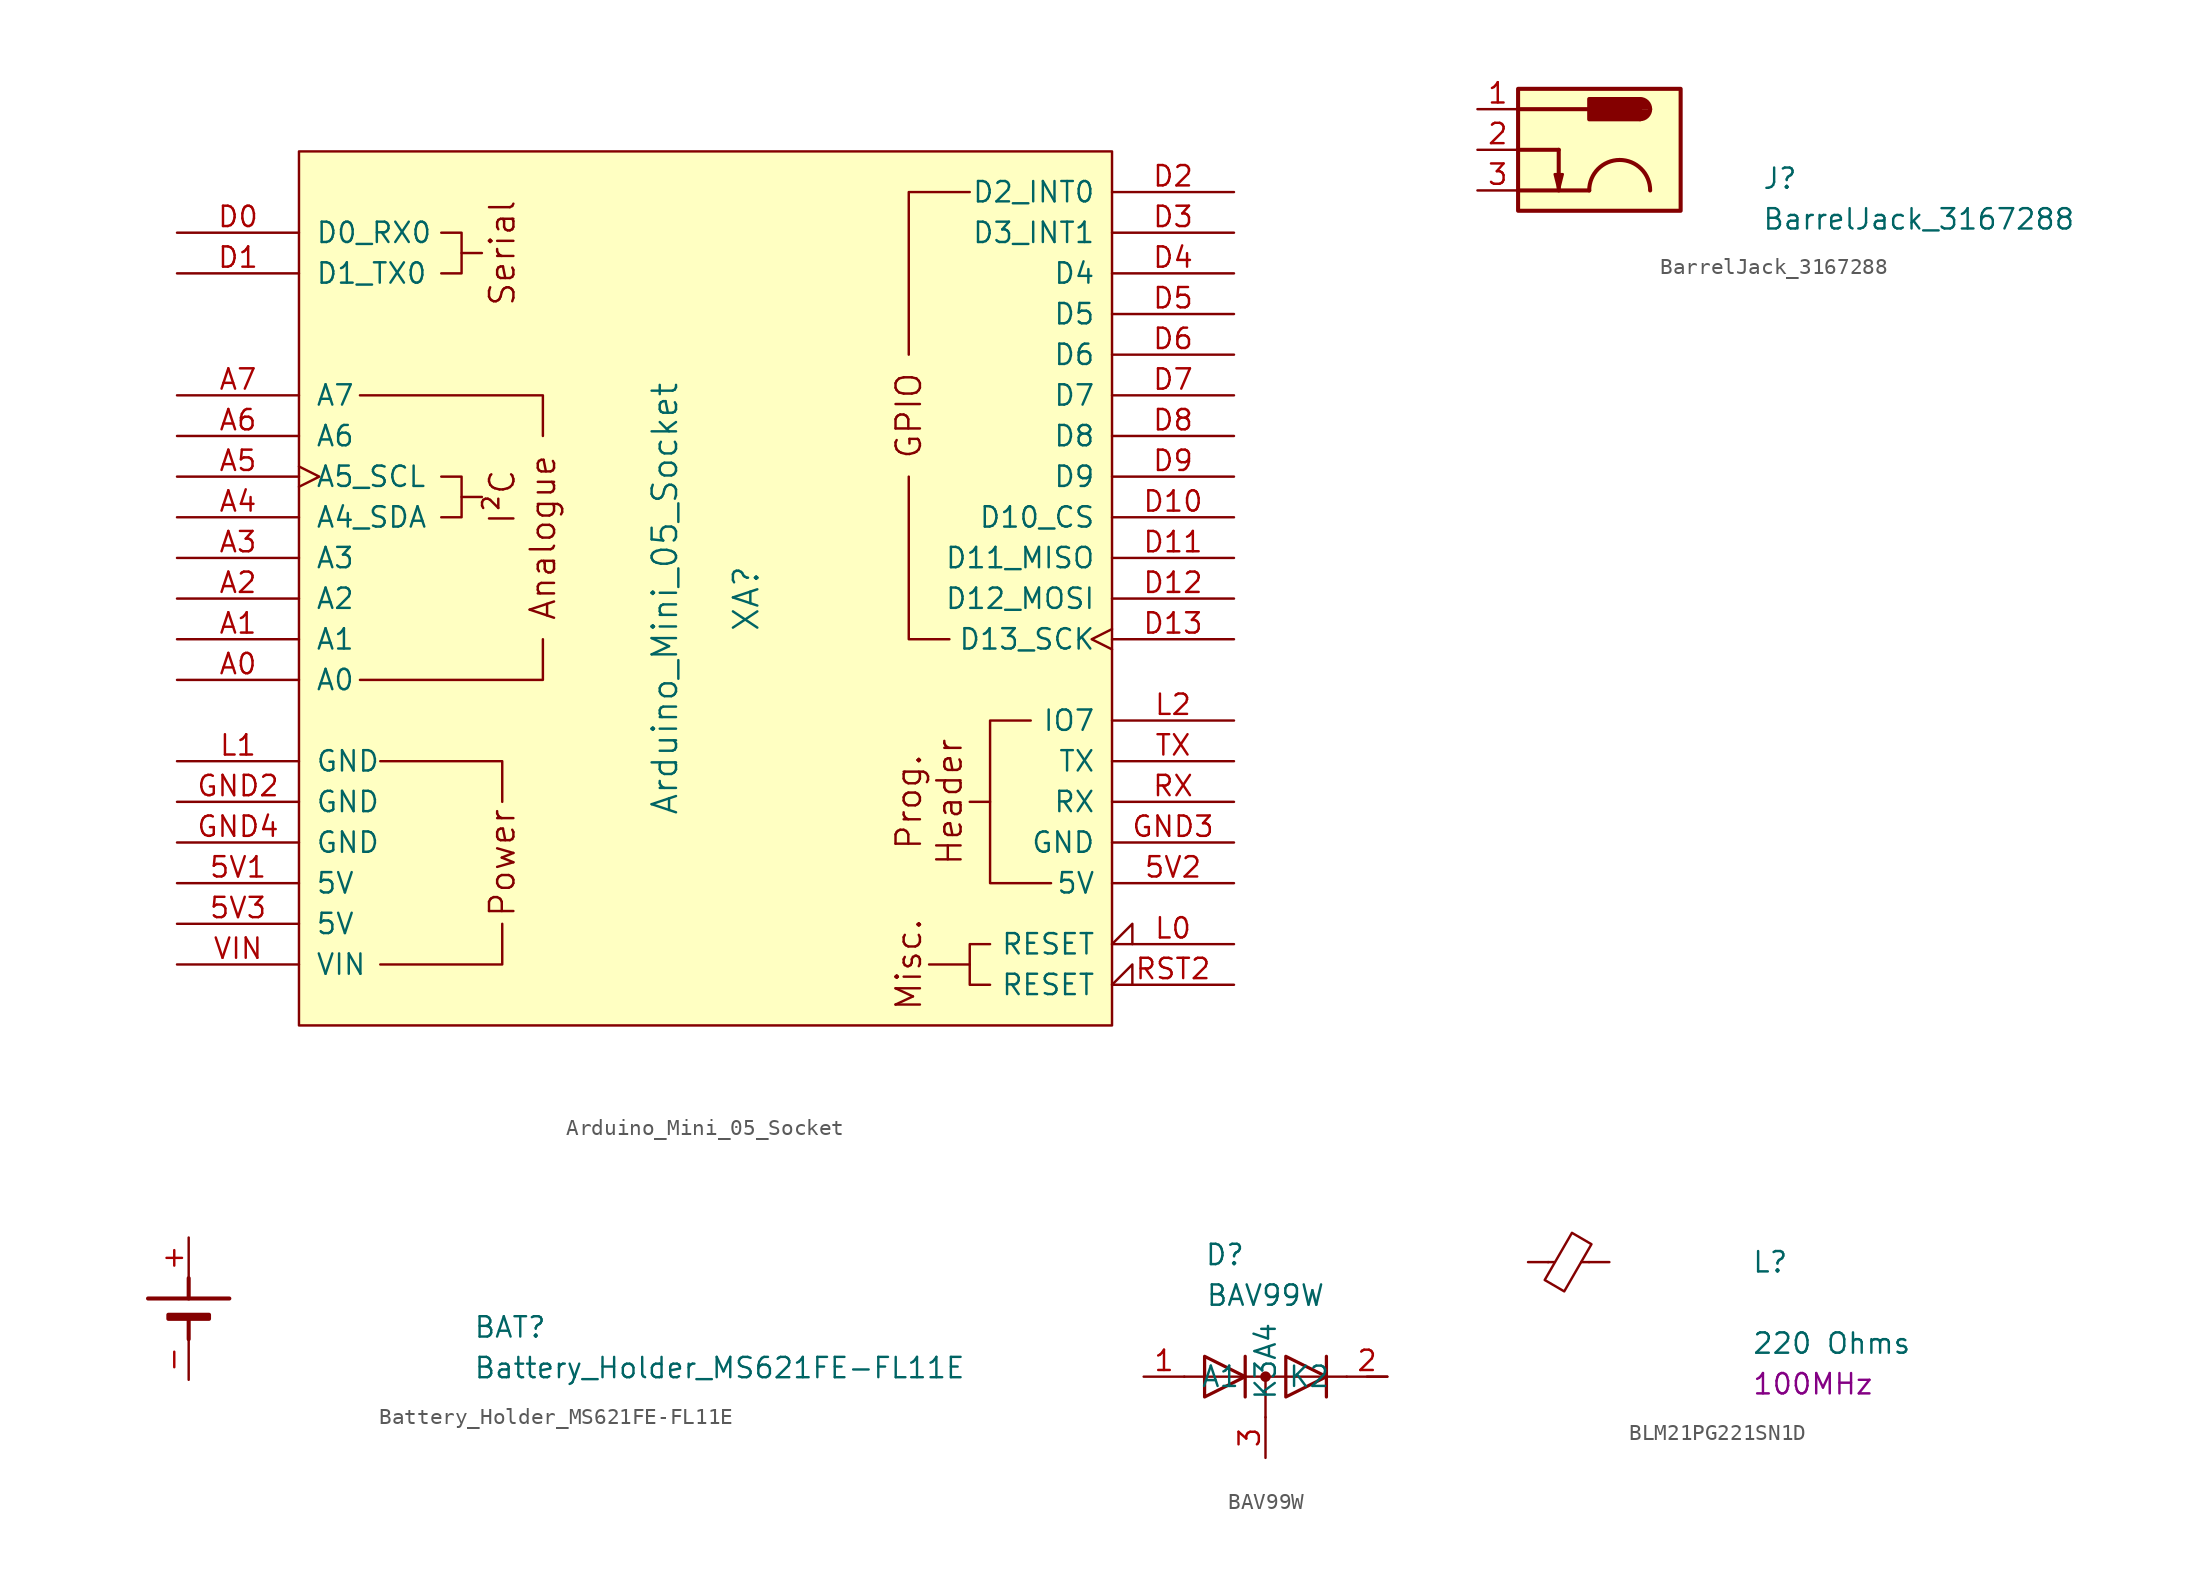
<source format=kicad_sym>
(kicad_symbol_lib
  (version 20231120)
  (generator "kicad_symbol_editor")
  (generator_version "8.0")
  (symbol "Arduino_Mini_05_Socket"
    (pin_names
      (offset 1.016))
    (property "Reference" "XA"
      (at 2.54 0 90)
      (effects (font (size 1.524 1.524))))
    (property "Value" "Arduino_Mini_05_Socket"
      (at -2.54 0 90)
      (effects (font (size 1.524 1.524))))
    (symbol "Arduino_Mini_05_Socket_0_0"
      (rectangle (start -25.4 27.94) (end 25.4 -26.67) (stroke (width 0) (type solid)) (fill (type background)))
      (polyline (pts (xy -15.24 6.35) (xy -13.97 6.35)) (stroke (width 0) (type solid)) (fill (type none)))
      (polyline (pts (xy -15.24 21.59) (xy -13.97 21.59)) (stroke (width 0) (type solid)) (fill (type none)))
      (polyline (pts (xy 16.51 -22.86) (xy 13.97 -22.86)) (stroke (width 0) (type solid)) (fill (type none)))
      (polyline (pts (xy -20.32 -22.86) (xy -12.7 -22.86) (xy -12.7 -20.32)) (stroke (width 0) (type solid)) (fill (type none)))
      (polyline (pts (xy -12.7 -12.7) (xy -12.7 -10.16) (xy -20.32 -10.16)) (stroke (width 0) (type solid)) (fill (type none)))
      (polyline (pts (xy -10.16 -2.54) (xy -10.16 -5.08) (xy -21.59 -5.08)) (stroke (width 0) (type solid)) (fill (type none)))
      (polyline (pts (xy -10.16 10.16) (xy -10.16 12.7) (xy -21.59 12.7)) (stroke (width 0) (type solid)) (fill (type none)))
      (polyline (pts (xy 17.78 -12.7) (xy 17.78 -17.78) (xy 21.59 -17.78)) (stroke (width 0) (type solid)) (fill (type none)))
      (polyline (pts (xy -16.51 7.62) (xy -15.24 7.62) (xy -15.24 5.08) (xy -16.51 5.08)) (stroke (width 0) (type solid)) (fill (type none)))
      (polyline (pts (xy -16.51 22.86) (xy -15.24 22.86) (xy -15.24 20.32) (xy -16.51 20.32)) (stroke (width 0) (type solid)) (fill (type none)))
      (polyline (pts (xy 20.32 -7.62) (xy 17.78 -7.62) (xy 17.78 -12.7) (xy 16.51 -12.7)) (stroke (width 0) (type solid)) (fill (type none)))
      (text "Analogue" (at -10.16 3.81 900) (effects (font (size 1.524 1.524))))
      (text "Header" (at 15.24 -12.7 900) (effects (font (size 1.524 1.524))))
      (text "I²C" (at -12.7 6.35 900) (effects (font (size 1.524 1.524))))
      (text "Misc." (at 12.7 -22.86 900) (effects (font (size 1.524 1.524))))
      (text "Power" (at -12.7 -16.51 900) (effects (font (size 1.524 1.524))))
      (text "Prog." (at 12.7 -12.7 900) (effects (font (size 1.524 1.524))))
      (text "Serial" (at -12.7 21.59 900) (effects (font (size 1.524 1.524)))))
    (symbol "Arduino_Mini_05_Socket_0_1"
      (polyline (pts (xy 15.24 -2.54) (xy 12.7 -2.54) (xy 12.7 7.62)) (stroke (width 0) (type solid)) (fill (type none)))
      (polyline (pts (xy 16.51 25.4) (xy 12.7 25.4) (xy 12.7 15.24)) (stroke (width 0) (type solid)) (fill (type none)))
      (polyline (pts (xy 17.78 -21.59) (xy 16.51 -21.59) (xy 16.51 -24.13) (xy 17.78 -24.13)) (stroke (width 0) (type solid)) (fill (type none))))
    (symbol "Arduino_Mini_05_Socket_1_0"
      (text "GPIO" (at 12.7 11.43 900) (effects (font (size 1.524 1.524)))))
    (symbol "Arduino_Mini_05_Socket_1_1"
      (pin power_in line (at -33.02 -17.78 0) (length 7.62) (name "5V" (effects (font (size 1.27 1.27)))) (number "5V1" (effects (font (size 1.27 1.27)))))
      (pin power_in line (at 33.02 -17.78 180) (length 7.62) (name "5V" (effects (font (size 1.27 1.27)))) (number "5V2" (effects (font (size 1.27 1.27)))))
      (pin power_in line (at -33.02 -20.32 0) (length 7.62) (name "5V" (effects (font (size 1.27 1.27)))) (number "5V3" (effects (font (size 1.27 1.27)))))
      (pin bidirectional line (at -33.02 -5.08 0) (length 7.62) (name "A0" (effects (font (size 1.27 1.27)))) (number "A0" (effects (font (size 1.27 1.27)))))
      (pin bidirectional line (at -33.02 -2.54 0) (length 7.62) (name "A1" (effects (font (size 1.27 1.27)))) (number "A1" (effects (font (size 1.27 1.27)))))
      (pin bidirectional line (at -33.02 0 0) (length 7.62) (name "A2" (effects (font (size 1.27 1.27)))) (number "A2" (effects (font (size 1.27 1.27)))))
      (pin bidirectional line (at -33.02 2.54 0) (length 7.62) (name "A3" (effects (font (size 1.27 1.27)))) (number "A3" (effects (font (size 1.27 1.27)))))
      (pin bidirectional line (at -33.02 5.08 0) (length 7.62) (name "A4_SDA" (effects (font (size 1.27 1.27)))) (number "A4" (effects (font (size 1.27 1.27)))))
      (pin bidirectional clock (at -33.02 7.62 0) (length 7.62) (name "A5_SCL" (effects (font (size 1.27 1.27)))) (number "A5" (effects (font (size 1.27 1.27)))))
      (pin input line (at -33.02 10.16 0) (length 7.62) (name "A6" (effects (font (size 1.27 1.27)))) (number "A6" (effects (font (size 1.27 1.27)))))
      (pin input line (at -33.02 12.7 0) (length 7.62) (name "A7" (effects (font (size 1.27 1.27)))) (number "A7" (effects (font (size 1.27 1.27)))))
      (pin bidirectional line (at -33.02 22.86 0) (length 7.62) (name "D0_RX0" (effects (font (size 1.27 1.27)))) (number "D0" (effects (font (size 1.27 1.27)))))
      (pin bidirectional line (at -33.02 20.32 0) (length 7.62) (name "D1_TX0" (effects (font (size 1.27 1.27)))) (number "D1" (effects (font (size 1.27 1.27)))))
      (pin bidirectional line (at 33.02 5.08 180) (length 7.62) (name "D10_CS" (effects (font (size 1.27 1.27)))) (number "D10" (effects (font (size 1.27 1.27)))))
      (pin bidirectional line (at 33.02 2.54 180) (length 7.62) (name "D11_MISO" (effects (font (size 1.27 1.27)))) (number "D11" (effects (font (size 1.27 1.27)))))
      (pin bidirectional line (at 33.02 0 180) (length 7.62) (name "D12_MOSI" (effects (font (size 1.27 1.27)))) (number "D12" (effects (font (size 1.27 1.27)))))
      (pin bidirectional clock (at 33.02 -2.54 180) (length 7.62) (name "D13_SCK" (effects (font (size 1.27 1.27)))) (number "D13" (effects (font (size 1.27 1.27)))))
      (pin bidirectional line (at 33.02 25.4 180) (length 7.62) (name "D2_INT0" (effects (font (size 1.27 1.27)))) (number "D2" (effects (font (size 1.27 1.27)))))
      (pin bidirectional line (at 33.02 22.86 180) (length 7.62) (name "D3_INT1" (effects (font (size 1.27 1.27)))) (number "D3" (effects (font (size 1.27 1.27)))))
      (pin bidirectional line (at 33.02 20.32 180) (length 7.62) (name "D4" (effects (font (size 1.27 1.27)))) (number "D4" (effects (font (size 1.27 1.27)))))
      (pin bidirectional line (at 33.02 17.78 180) (length 7.62) (name "D5" (effects (font (size 1.27 1.27)))) (number "D5" (effects (font (size 1.27 1.27)))))
      (pin bidirectional line (at 33.02 15.24 180) (length 7.62) (name "D6" (effects (font (size 1.27 1.27)))) (number "D6" (effects (font (size 1.27 1.27)))))
      (pin bidirectional line (at 33.02 12.7 180) (length 7.62) (name "D7" (effects (font (size 1.27 1.27)))) (number "D7" (effects (font (size 1.27 1.27)))))
      (pin bidirectional line (at 33.02 10.16 180) (length 7.62) (name "D8" (effects (font (size 1.27 1.27)))) (number "D8" (effects (font (size 1.27 1.27)))))
      (pin bidirectional line (at 33.02 7.62 180) (length 7.62) (name "D9" (effects (font (size 1.27 1.27)))) (number "D9" (effects (font (size 1.27 1.27)))))
      (pin power_in line (at -33.02 -12.7 0) (length 7.62) (name "GND" (effects (font (size 1.27 1.27)))) (number "GND2" (effects (font (size 1.27 1.27)))))
      (pin power_in line (at 33.02 -15.24 180) (length 7.62) (name "GND" (effects (font (size 1.27 1.27)))) (number "GND3" (effects (font (size 1.27 1.27)))))
      (pin power_in line (at -33.02 -15.24 0) (length 7.62) (name "GND" (effects (font (size 1.27 1.27)))) (number "GND4" (effects (font (size 1.27 1.27)))))
      (pin open_collector input_low (at 33.02 -21.59 180) (length 7.62) (name "RESET" (effects (font (size 1.27 1.27)))) (number "L0" (effects (font (size 1.27 1.27)))))
      (pin power_in line (at -33.02 -10.16 0) (length 7.62) (name "GND" (effects (font (size 1.27 1.27)))) (number "L1" (effects (font (size 1.27 1.27)))))
      (pin bidirectional line (at 33.02 -7.62 180) (length 7.62) (name "IO7" (effects (font (size 1.27 1.27)))) (number "L2" (effects (font (size 1.27 1.27)))))
      (pin open_collector input_low (at 33.02 -24.13 180) (length 7.62) (name "RESET" (effects (font (size 1.27 1.27)))) (number "RST2" (effects (font (size 1.27 1.27)))))
      (pin bidirectional line (at 33.02 -12.7 180) (length 7.62) (name "RX" (effects (font (size 1.27 1.27)))) (number "RX" (effects (font (size 1.27 1.27)))))
      (pin bidirectional line (at 33.02 -10.16 180) (length 7.62) (name "TX" (effects (font (size 1.27 1.27)))) (number "TX" (effects (font (size 1.27 1.27)))))
      (pin power_in line (at -33.02 -22.86 0) (length 7.62) (name "VIN" (effects (font (size 1.27 1.27)))) (number "VIN" (effects (font (size 1.27 1.27)))))))
  (symbol "BarrelJack_3167288"
    (pin_names hide)
    (property "Reference" "J"
      (at 17.78 -5.08 0)
      (effects (font (size 1.27 1.27) (thickness 0.15)) (justify left bottom)))
    (property "Value" "BarrelJack_3167288"
      (at 17.78 -7.62 0)
      (effects (font (size 1.27 1.27) (thickness 0.15)) (justify left bottom)))
    (symbol "BarrelJack_3167288_0_1"
      (polyline (pts (xy 5.08 -5.08) (xy 5.334 -4.064) (xy 4.826 -4.064) (xy 5.08 -5.08)) (stroke (width 0) (type default)) (fill (type outline))))
    (symbol "BarrelJack_3167288_1_1"
      (polyline (pts (xy 2.54 -5.08) (xy 6.985 -5.08)) (stroke (width 0.254) (type default)) (fill (type background)))
      (polyline (pts (xy 2.54 -2.54) (xy 5.08 -2.54)) (stroke (width 0.254) (type default)) (fill (type background)))
      (polyline (pts (xy 2.54 0) (xy 6.985 0)) (stroke (width 0.254) (type default)) (fill (type background)))
      (polyline (pts (xy 5.08 -2.54) (xy 5.08 -5.08)) (stroke (width 0.254) (type default)) (fill (type background)))
      (rectangle (start 2.54 -6.35) (end 12.7 1.27) (stroke (width 0.254) (type default)) (fill (type background)))
      (rectangle (start 6.985 0.635) (end 10.16 -0.635) (stroke (width 0.254) (type default)) (fill (type outline)))
      (arc (start 8.89 -3.175) (mid 7.543 -3.733) (end 6.985 -5.08) (stroke (width 0.254) (type default)) (fill (type none)))
      (arc (start 10.16 -0.635) (mid 10.609 -0.449) (end 10.795 0) (stroke (width 0.254) (type default)) (fill (type outline)))
      (arc (start 10.795 -5.08) (mid 10.237 -3.733) (end 8.89 -3.175) (stroke (width 0.254) (type default)) (fill (type none)))
      (arc (start 10.795 0) (mid 10.609 0.449) (end 10.16 0.635) (stroke (width 0.254) (type default)) (fill (type outline)))
      (pin passive line (at 0 0 0) (length 2.54) (name "1" (effects (font (size 1.27 1.27)))) (number "1" (effects (font (size 1.27 1.27)))))
      (pin passive line (at 0 -2.54 0) (length 2.54) (name "2" (effects (font (size 1.27 1.27)))) (number "2" (effects (font (size 1.27 1.27)))))
      (pin passive line (at 0 -5.08 0) (length 2.54) (name "3" (effects (font (size 1.27 1.27)))) (number "3" (effects (font (size 1.27 1.27)))))))
  (symbol "Battery_Holder_MS621FE-FL11E"
    (pin_names hide)
    (property "Reference" "BAT"
      (at 17.78 -6.35 0)
      (effects (font (size 1.27 1.27) (thickness 0.15)) (justify left bottom)))
    (property "Value" "Battery_Holder_MS621FE-FL11E"
      (at 17.78 -8.89 0)
      (effects (font (size 1.27 1.27) (thickness 0.15)) (justify left bottom)))
    (symbol "Battery_Holder_MS621FE-FL11E_0_1"
      (rectangle (start -1.27 -5.08) (end 1.27 -4.826) (stroke (width 0.254) (type default)) (fill (type outline)))
      (polyline (pts (xy 0 -2.54) (xy 0 -3.81)) (stroke (width 0.254) (type default)) (fill (type none))))
    (symbol "Battery_Holder_MS621FE-FL11E_1_1"
      (polyline (pts (xy -2.54 -3.81) (xy 2.54 -3.81)) (stroke (width 0.254) (type default)) (fill (type background)))
      (polyline (pts (xy 0 -6.35) (xy 0 -5.08)) (stroke (width 0.254) (type default)) (fill (type background)))
      (pin passive line (at 0 0 270) (length 2.54) (name "+" (effects (font (size 1.27 1.27)))) (number "+" (effects (font (size 1.27 1.27)))))
      (pin passive line (at 0 -8.89 90) (length 2.54) (name "-" (effects (font (size 1.27 1.27)))) (number "-" (effects (font (size 1.27 1.27)))))))
  (symbol "BAV99W"
    (pin_names
      (offset 1.016))
    (property "Reference" "D"
      (at -2.54 7.62 0)
      (effects (font (size 1.27 1.27))))
    (property "Value" "BAV99W"
      (at 0 5.08 0)
      (effects (font (size 1.27 1.27))))
    (symbol "BAV99W_1_1"
      (polyline (pts (xy -5.08 0) (xy 5.08 0)) (stroke (width 0) (type solid)) (fill (type none)))
      (polyline (pts (xy 0 0) (xy 0 -2.54)) (stroke (width 0) (type solid)) (fill (type none)))
      (polyline (pts (xy 6.35 0) (xy 7.62 0)) (stroke (width 0) (type solid)) (fill (type none)))
      (polyline (pts (xy -1.27 -1.27) (xy -1.27 1.27) (xy -1.27 1.27)) (stroke (width 0.203) (type solid)) (fill (type none)))
      (polyline (pts (xy 3.81 1.27) (xy 3.81 -1.27) (xy 3.81 -1.27)) (stroke (width 0.203) (type solid)) (fill (type none)))
      (polyline (pts (xy -3.81 1.27) (xy -1.27 0) (xy -3.81 -1.27) (xy -3.81 1.27) (xy -3.81 1.27) (xy -3.81 1.27)) (stroke (width 0.203) (type solid)) (fill (type none)))
      (polyline (pts (xy 1.27 1.27) (xy 3.81 0) (xy 1.27 -1.27) (xy 1.27 1.27) (xy 1.27 1.27) (xy 1.27 1.27)) (stroke (width 0.203) (type solid)) (fill (type none)))
      (circle (center 0 0) (radius 0.254) (stroke (width 0) (type solid)) (fill (type outline)))
      (pin passive line (at -7.62 0 0) (length 2.54) (name "A1" (effects (font (size 1.27 1.27)))) (number "1" (effects (font (size 1.27 1.27)))))
      (pin passive line (at 7.62 0 180) (length 2.54) (name "K2" (effects (font (size 1.27 1.27)))) (number "2" (effects (font (size 1.27 1.27)))))
      (pin passive line (at 0 -5.08 90) (length 2.54) (name "K3A4" (effects (font (size 1.27 1.27)))) (number "3" (effects (font (size 1.27 1.27)))))))
  (symbol "BLM21PG221SN1D"
    (pin_numbers hide)
    (pin_names
      (offset 0.254) hide)
    (property "Reference" "L"
      (at 11.43 0 0)
      (effects (font (size 1.27 1.27)) (justify left)))
    (property "Value" "220 Ohms"
      (at 11.43 -5.08 0)
      (effects (font (size 1.27 1.27)) (justify left)))
    (property "Frequency" "100MHz"
      (at 11.43 -7.62 0)
      (effects (font (size 1.27 1.27)) (justify left)))
    (symbol "BLM21PG221SN1D_1_1"
      (polyline (pts (xy -0.889 0) (xy -1.295 0)) (stroke (width 0) (type default)) (fill (type none)))
      (polyline (pts (xy 1.27 0) (xy 0.787 0)) (stroke (width 0) (type default)) (fill (type none)))
      (polyline (pts (xy -0.279 -1.829) (xy -1.499 -1.118) (xy 0.203 1.829) (xy 1.422 1.118) (xy -0.279 -1.829)) (stroke (width 0) (type default)) (fill (type none)))
      (pin passive line (at -2.54 0 0) (length 1.27) (name "~" (effects (font (size 1.27 1.27)))) (number "1" (effects (font (size 1.27 1.27)))))
      (pin passive line (at 2.54 0 180) (length 1.27) (name "~" (effects (font (size 1.27 1.27)))) (number "2" (effects (font (size 1.27 1.27))))))))
</source>
